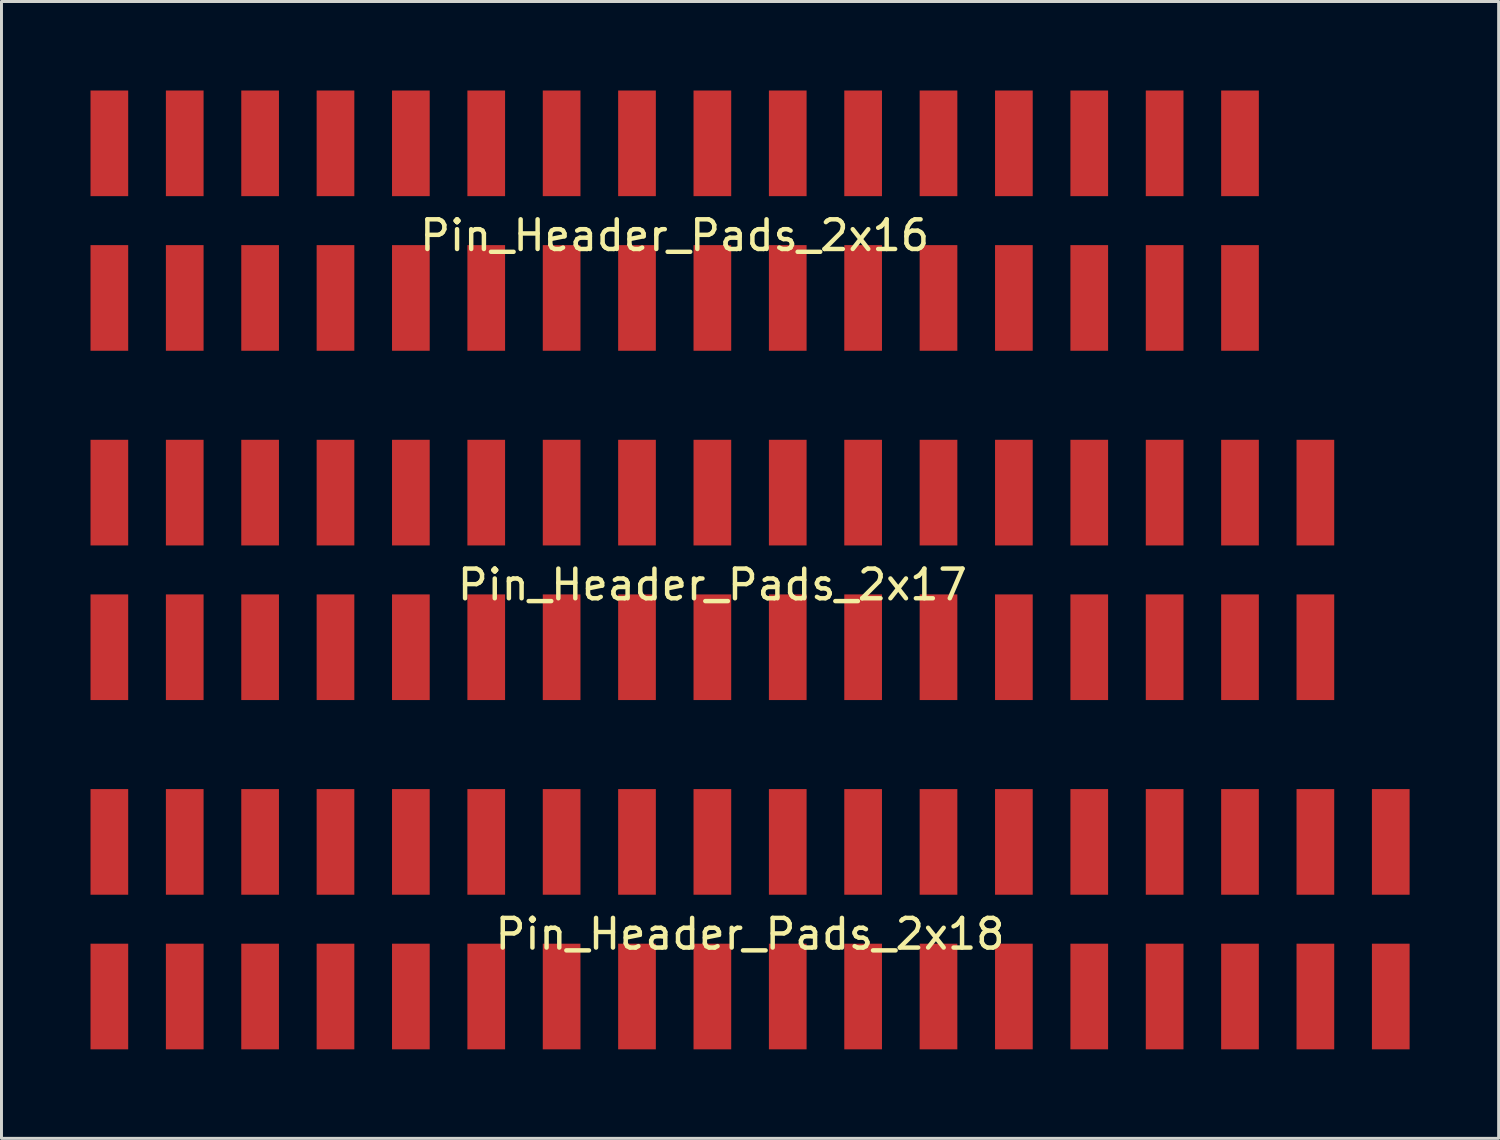
<source format=kicad_pcb>
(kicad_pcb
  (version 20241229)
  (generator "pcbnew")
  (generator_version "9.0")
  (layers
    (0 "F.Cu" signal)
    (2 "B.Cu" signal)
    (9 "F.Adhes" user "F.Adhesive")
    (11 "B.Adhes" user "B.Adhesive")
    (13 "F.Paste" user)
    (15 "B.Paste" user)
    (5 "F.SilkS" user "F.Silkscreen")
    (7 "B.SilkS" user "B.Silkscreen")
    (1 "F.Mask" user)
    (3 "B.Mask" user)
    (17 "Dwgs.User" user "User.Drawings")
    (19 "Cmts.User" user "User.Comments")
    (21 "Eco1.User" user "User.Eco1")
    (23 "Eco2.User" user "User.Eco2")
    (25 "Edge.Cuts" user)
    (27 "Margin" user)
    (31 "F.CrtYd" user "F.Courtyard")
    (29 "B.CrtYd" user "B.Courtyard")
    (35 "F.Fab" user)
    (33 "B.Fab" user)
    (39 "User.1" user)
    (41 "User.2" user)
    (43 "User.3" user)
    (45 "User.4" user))
  (footprint "Pin_Header_Pads_2x18"
    (layer "F.Cu")
    (at 22.225 27.925)
    (property "Reference" "Pin_Header_Pads_2x18" (at 0 0.5 0) (layer "F.SilkS") (effects (font (size 1 1) (thickness 0.15))))
    (attr through_hole)
    (pad "1" smd rect (at -21.59 2.605) (size 1.27 3.56) (layers "F.Cu" "F.Mask" "F.Paste"))
    (pad "2" smd rect (at -21.59 -2.605) (size 1.27 3.56) (layers "F.Cu" "F.Mask" "F.Paste"))
    (pad "3" smd rect (at -19.05 2.605) (size 1.27 3.56) (layers "F.Cu" "F.Mask" "F.Paste"))
    (pad "4" smd rect (at -19.05 -2.605) (size 1.27 3.56) (layers "F.Cu" "F.Mask" "F.Paste"))
    (pad "5" smd rect (at -16.51 2.605) (size 1.27 3.56) (layers "F.Cu" "F.Mask" "F.Paste"))
    (pad "6" smd rect (at -16.51 -2.605) (size 1.27 3.56) (layers "F.Cu" "F.Mask" "F.Paste"))
    (pad "7" smd rect (at -13.97 2.605) (size 1.27 3.56) (layers "F.Cu" "F.Mask" "F.Paste"))
    (pad "8" smd rect (at -13.97 -2.605) (size 1.27 3.56) (layers "F.Cu" "F.Mask" "F.Paste"))
    (pad "9" smd rect (at -11.43 2.605) (size 1.27 3.56) (layers "F.Cu" "F.Mask" "F.Paste"))
    (pad "10" smd rect (at -11.43 -2.605) (size 1.27 3.56) (layers "F.Cu" "F.Mask" "F.Paste"))
    (pad "11" smd rect (at -8.89 2.605) (size 1.27 3.56) (layers "F.Cu" "F.Mask" "F.Paste"))
    (pad "12" smd rect (at -8.89 -2.605) (size 1.27 3.56) (layers "F.Cu" "F.Mask" "F.Paste"))
    (pad "13" smd rect (at -6.35 2.605) (size 1.27 3.56) (layers "F.Cu" "F.Mask" "F.Paste"))
    (pad "14" smd rect (at -6.35 -2.605) (size 1.27 3.56) (layers "F.Cu" "F.Mask" "F.Paste"))
    (pad "15" smd rect (at -3.81 2.605) (size 1.27 3.56) (layers "F.Cu" "F.Mask" "F.Paste"))
    (pad "16" smd rect (at -3.81 -2.605) (size 1.27 3.56) (layers "F.Cu" "F.Mask" "F.Paste"))
    (pad "17" smd rect (at -1.27 2.605) (size 1.27 3.56) (layers "F.Cu" "F.Mask" "F.Paste"))
    (pad "18" smd rect (at -1.27 -2.605) (size 1.27 3.56) (layers "F.Cu" "F.Mask" "F.Paste"))
    (pad "19" smd rect (at 1.27 2.605) (size 1.27 3.56) (layers "F.Cu" "F.Mask" "F.Paste"))
    (pad "20" smd rect (at 1.27 -2.605) (size 1.27 3.56) (layers "F.Cu" "F.Mask" "F.Paste"))
    (pad "21" smd rect (at 3.81 2.605) (size 1.27 3.56) (layers "F.Cu" "F.Mask" "F.Paste"))
    (pad "22" smd rect (at 3.81 -2.605) (size 1.27 3.56) (layers "F.Cu" "F.Mask" "F.Paste"))
    (pad "23" smd rect (at 6.35 2.605) (size 1.27 3.56) (layers "F.Cu" "F.Mask" "F.Paste"))
    (pad "24" smd rect (at 6.35 -2.605) (size 1.27 3.56) (layers "F.Cu" "F.Mask" "F.Paste"))
    (pad "25" smd rect (at 8.89 2.605) (size 1.27 3.56) (layers "F.Cu" "F.Mask" "F.Paste"))
    (pad "26" smd rect (at 8.89 -2.605) (size 1.27 3.56) (layers "F.Cu" "F.Mask" "F.Paste"))
    (pad "27" smd rect (at 11.43 2.605) (size 1.27 3.56) (layers "F.Cu" "F.Mask" "F.Paste"))
    (pad "28" smd rect (at 11.43 -2.605) (size 1.27 3.56) (layers "F.Cu" "F.Mask" "F.Paste"))
    (pad "29" smd rect (at 13.97 2.605) (size 1.27 3.56) (layers "F.Cu" "F.Mask" "F.Paste"))
    (pad "30" smd rect (at 13.97 -2.605) (size 1.27 3.56) (layers "F.Cu" "F.Mask" "F.Paste"))
    (pad "31" smd rect (at 16.51 2.605) (size 1.27 3.56) (layers "F.Cu" "F.Mask" "F.Paste"))
    (pad "32" smd rect (at 16.51 -2.605) (size 1.27 3.56) (layers "F.Cu" "F.Mask" "F.Paste"))
    (pad "33" smd rect (at 19.05 2.605) (size 1.27 3.56) (layers "F.Cu" "F.Mask" "F.Paste"))
    (pad "34" smd rect (at 19.05 -2.605) (size 1.27 3.56) (layers "F.Cu" "F.Mask" "F.Paste"))
    (pad "35" smd rect (at 21.59 2.605) (size 1.27 3.56) (layers "F.Cu" "F.Mask" "F.Paste"))
    (pad "36" smd rect (at 21.59 -2.605) (size 1.27 3.56) (layers "F.Cu" "F.Mask" "F.Paste")))
  (footprint "Pin_Header_Pads_2x16"
    (layer "F.Cu")
    (at 19.685 4.385)
    (property "Reference" "Pin_Header_Pads_2x16" (at 0 0.5 0) (layer "F.SilkS") (effects (font (size 1 1) (thickness 0.15))))
    (attr through_hole)
    (pad "1" smd rect (at -19.05 2.605) (size 1.27 3.56) (layers "F.Cu" "F.Mask" "F.Paste"))
    (pad "2" smd rect (at -19.05 -2.605) (size 1.27 3.56) (layers "F.Cu" "F.Mask" "F.Paste"))
    (pad "3" smd rect (at -16.51 2.605) (size 1.27 3.56) (layers "F.Cu" "F.Mask" "F.Paste"))
    (pad "4" smd rect (at -16.51 -2.605) (size 1.27 3.56) (layers "F.Cu" "F.Mask" "F.Paste"))
    (pad "5" smd rect (at -13.97 2.605) (size 1.27 3.56) (layers "F.Cu" "F.Mask" "F.Paste"))
    (pad "6" smd rect (at -13.97 -2.605) (size 1.27 3.56) (layers "F.Cu" "F.Mask" "F.Paste"))
    (pad "7" smd rect (at -11.43 2.605) (size 1.27 3.56) (layers "F.Cu" "F.Mask" "F.Paste"))
    (pad "8" smd rect (at -11.43 -2.605) (size 1.27 3.56) (layers "F.Cu" "F.Mask" "F.Paste"))
    (pad "9" smd rect (at -8.89 2.605) (size 1.27 3.56) (layers "F.Cu" "F.Mask" "F.Paste"))
    (pad "10" smd rect (at -8.89 -2.605) (size 1.27 3.56) (layers "F.Cu" "F.Mask" "F.Paste"))
    (pad "11" smd rect (at -6.35 2.605) (size 1.27 3.56) (layers "F.Cu" "F.Mask" "F.Paste"))
    (pad "12" smd rect (at -6.35 -2.605) (size 1.27 3.56) (layers "F.Cu" "F.Mask" "F.Paste"))
    (pad "13" smd rect (at -3.81 2.605) (size 1.27 3.56) (layers "F.Cu" "F.Mask" "F.Paste"))
    (pad "14" smd rect (at -3.81 -2.605) (size 1.27 3.56) (layers "F.Cu" "F.Mask" "F.Paste"))
    (pad "15" smd rect (at -1.27 2.605) (size 1.27 3.56) (layers "F.Cu" "F.Mask" "F.Paste"))
    (pad "16" smd rect (at -1.27 -2.605) (size 1.27 3.56) (layers "F.Cu" "F.Mask" "F.Paste"))
    (pad "17" smd rect (at 1.27 2.605) (size 1.27 3.56) (layers "F.Cu" "F.Mask" "F.Paste"))
    (pad "18" smd rect (at 1.27 -2.605) (size 1.27 3.56) (layers "F.Cu" "F.Mask" "F.Paste"))
    (pad "19" smd rect (at 3.81 2.605) (size 1.27 3.56) (layers "F.Cu" "F.Mask" "F.Paste"))
    (pad "20" smd rect (at 3.81 -2.605) (size 1.27 3.56) (layers "F.Cu" "F.Mask" "F.Paste"))
    (pad "21" smd rect (at 6.35 2.605) (size 1.27 3.56) (layers "F.Cu" "F.Mask" "F.Paste"))
    (pad "22" smd rect (at 6.35 -2.605) (size 1.27 3.56) (layers "F.Cu" "F.Mask" "F.Paste"))
    (pad "23" smd rect (at 8.89 2.605) (size 1.27 3.56) (layers "F.Cu" "F.Mask" "F.Paste"))
    (pad "24" smd rect (at 8.89 -2.605) (size 1.27 3.56) (layers "F.Cu" "F.Mask" "F.Paste"))
    (pad "25" smd rect (at 11.43 2.605) (size 1.27 3.56) (layers "F.Cu" "F.Mask" "F.Paste"))
    (pad "26" smd rect (at 11.43 -2.605) (size 1.27 3.56) (layers "F.Cu" "F.Mask" "F.Paste"))
    (pad "27" smd rect (at 13.97 2.605) (size 1.27 3.56) (layers "F.Cu" "F.Mask" "F.Paste"))
    (pad "28" smd rect (at 13.97 -2.605) (size 1.27 3.56) (layers "F.Cu" "F.Mask" "F.Paste"))
    (pad "29" smd rect (at 16.51 2.605) (size 1.27 3.56) (layers "F.Cu" "F.Mask" "F.Paste"))
    (pad "30" smd rect (at 16.51 -2.605) (size 1.27 3.56) (layers "F.Cu" "F.Mask" "F.Paste"))
    (pad "31" smd rect (at 19.05 2.605) (size 1.27 3.56) (layers "F.Cu" "F.Mask" "F.Paste"))
    (pad "32" smd rect (at 19.05 -2.605) (size 1.27 3.56) (layers "F.Cu" "F.Mask" "F.Paste")))
  (footprint "Pin_Header_Pads_2x17"
    (layer "F.Cu")
    (at 20.955 16.155)
    (property "Reference" "Pin_Header_Pads_2x17" (at 0 0.5 0) (layer "F.SilkS") (effects (font (size 1 1) (thickness 0.15))))
    (attr through_hole)
    (pad "1" smd rect (at -20.32 2.605) (size 1.27 3.56) (layers "F.Cu" "F.Mask" "F.Paste"))
    (pad "2" smd rect (at -20.32 -2.605) (size 1.27 3.56) (layers "F.Cu" "F.Mask" "F.Paste"))
    (pad "3" smd rect (at -17.78 2.605) (size 1.27 3.56) (layers "F.Cu" "F.Mask" "F.Paste"))
    (pad "4" smd rect (at -17.78 -2.605) (size 1.27 3.56) (layers "F.Cu" "F.Mask" "F.Paste"))
    (pad "5" smd rect (at -15.24 2.605) (size 1.27 3.56) (layers "F.Cu" "F.Mask" "F.Paste"))
    (pad "6" smd rect (at -15.24 -2.605) (size 1.27 3.56) (layers "F.Cu" "F.Mask" "F.Paste"))
    (pad "7" smd rect (at -12.7 2.605) (size 1.27 3.56) (layers "F.Cu" "F.Mask" "F.Paste"))
    (pad "8" smd rect (at -12.7 -2.605) (size 1.27 3.56) (layers "F.Cu" "F.Mask" "F.Paste"))
    (pad "9" smd rect (at -10.16 2.605) (size 1.27 3.56) (layers "F.Cu" "F.Mask" "F.Paste"))
    (pad "10" smd rect (at -10.16 -2.605) (size 1.27 3.56) (layers "F.Cu" "F.Mask" "F.Paste"))
    (pad "11" smd rect (at -7.62 2.605) (size 1.27 3.56) (layers "F.Cu" "F.Mask" "F.Paste"))
    (pad "12" smd rect (at -7.62 -2.605) (size 1.27 3.56) (layers "F.Cu" "F.Mask" "F.Paste"))
    (pad "13" smd rect (at -5.08 2.605) (size 1.27 3.56) (layers "F.Cu" "F.Mask" "F.Paste"))
    (pad "14" smd rect (at -5.08 -2.605) (size 1.27 3.56) (layers "F.Cu" "F.Mask" "F.Paste"))
    (pad "15" smd rect (at -2.54 2.605) (size 1.27 3.56) (layers "F.Cu" "F.Mask" "F.Paste"))
    (pad "16" smd rect (at -2.54 -2.605) (size 1.27 3.56) (layers "F.Cu" "F.Mask" "F.Paste"))
    (pad "17" smd rect (at 0 2.605) (size 1.27 3.56) (layers "F.Cu" "F.Mask" "F.Paste"))
    (pad "18" smd rect (at 0 -2.605) (size 1.27 3.56) (layers "F.Cu" "F.Mask" "F.Paste"))
    (pad "19" smd rect (at 2.54 2.605) (size 1.27 3.56) (layers "F.Cu" "F.Mask" "F.Paste"))
    (pad "20" smd rect (at 2.54 -2.605) (size 1.27 3.56) (layers "F.Cu" "F.Mask" "F.Paste"))
    (pad "21" smd rect (at 5.08 2.605) (size 1.27 3.56) (layers "F.Cu" "F.Mask" "F.Paste"))
    (pad "22" smd rect (at 5.08 -2.605) (size 1.27 3.56) (layers "F.Cu" "F.Mask" "F.Paste"))
    (pad "23" smd rect (at 7.62 2.605) (size 1.27 3.56) (layers "F.Cu" "F.Mask" "F.Paste"))
    (pad "24" smd rect (at 7.62 -2.605) (size 1.27 3.56) (layers "F.Cu" "F.Mask" "F.Paste"))
    (pad "25" smd rect (at 10.16 2.605) (size 1.27 3.56) (layers "F.Cu" "F.Mask" "F.Paste"))
    (pad "26" smd rect (at 10.16 -2.605) (size 1.27 3.56) (layers "F.Cu" "F.Mask" "F.Paste"))
    (pad "27" smd rect (at 12.7 2.605) (size 1.27 3.56) (layers "F.Cu" "F.Mask" "F.Paste"))
    (pad "28" smd rect (at 12.7 -2.605) (size 1.27 3.56) (layers "F.Cu" "F.Mask" "F.Paste"))
    (pad "29" smd rect (at 15.24 2.605) (size 1.27 3.56) (layers "F.Cu" "F.Mask" "F.Paste"))
    (pad "30" smd rect (at 15.24 -2.605) (size 1.27 3.56) (layers "F.Cu" "F.Mask" "F.Paste"))
    (pad "31" smd rect (at 17.78 2.605) (size 1.27 3.56) (layers "F.Cu" "F.Mask" "F.Paste"))
    (pad "32" smd rect (at 17.78 -2.605) (size 1.27 3.56) (layers "F.Cu" "F.Mask" "F.Paste"))
    (pad "33" smd rect (at 20.32 2.605) (size 1.27 3.56) (layers "F.Cu" "F.Mask" "F.Paste"))
    (pad "34" smd rect (at 20.32 -2.605) (size 1.27 3.56) (layers "F.Cu" "F.Mask" "F.Paste")))
  (gr_rect
    (start -3 -3)
    (end 47.45 35.31)
    (stroke (width 0.1) (type default))
    (fill no)
    (layer "Edge.Cuts")))
</source>
